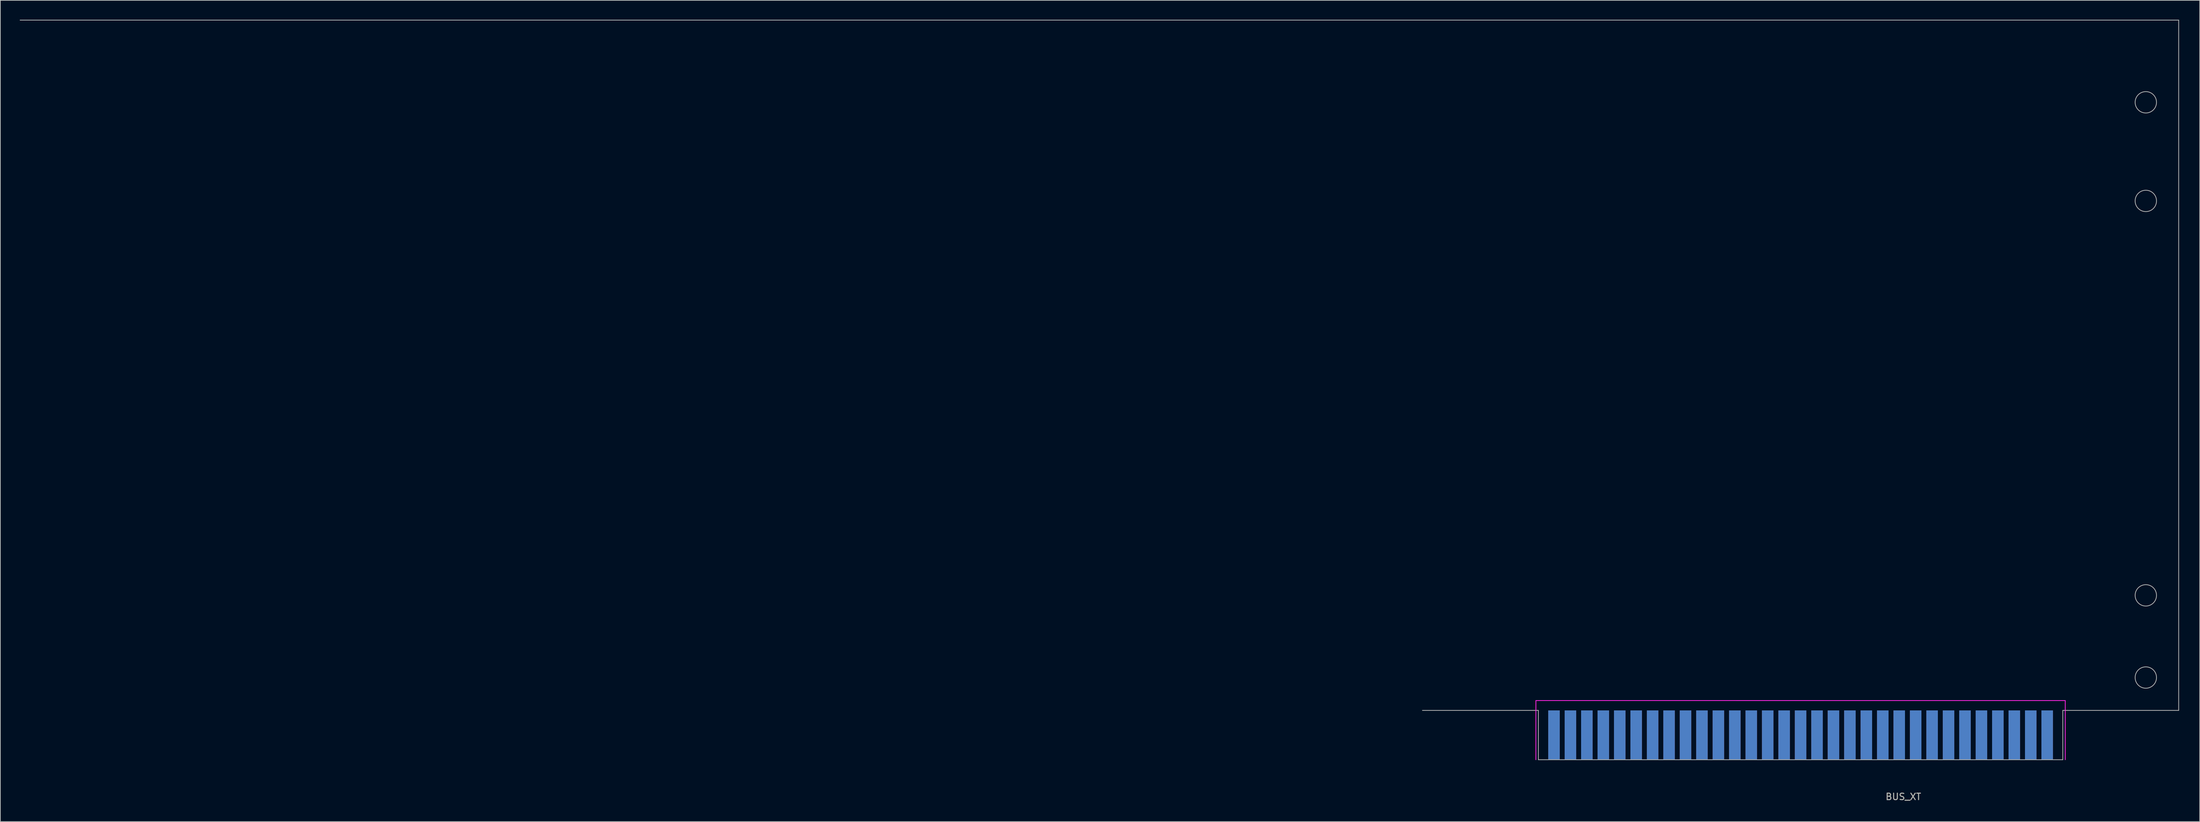
<source format=kicad_pcb>
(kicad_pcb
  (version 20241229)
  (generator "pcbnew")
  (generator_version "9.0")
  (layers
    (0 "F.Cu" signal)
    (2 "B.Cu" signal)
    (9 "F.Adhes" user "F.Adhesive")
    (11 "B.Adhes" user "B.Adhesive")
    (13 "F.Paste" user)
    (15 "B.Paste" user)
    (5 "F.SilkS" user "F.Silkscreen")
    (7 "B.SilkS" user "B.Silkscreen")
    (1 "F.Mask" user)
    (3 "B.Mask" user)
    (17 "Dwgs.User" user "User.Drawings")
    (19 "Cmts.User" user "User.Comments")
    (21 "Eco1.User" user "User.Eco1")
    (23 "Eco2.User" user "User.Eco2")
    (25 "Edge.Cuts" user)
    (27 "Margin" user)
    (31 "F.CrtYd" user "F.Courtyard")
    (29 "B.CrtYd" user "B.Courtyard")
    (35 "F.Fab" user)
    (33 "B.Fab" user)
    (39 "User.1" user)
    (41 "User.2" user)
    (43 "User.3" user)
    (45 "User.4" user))
  (footprint "BUS_XT"
    (layer "F.Cu")
    (at 333.562 114.36)
    (property "Reference" "BUS_XT" (at -42.545 5.715 0) (layer "F.SilkS") (effects (font (size 1 1) (thickness 0.15))))
    (attr exclude_from_pos_files exclude_from_bom)
    (fp_line (start -99.314 -9.144) (end -99.314 0) (stroke (width 0.12) (type solid)) (layer "F.CrtYd"))
    (fp_line (start -99.314 -9.144) (end -17.53 -9.14) (stroke (width 0.12) (type solid)) (layer "F.CrtYd"))
    (fp_line (start -17.53 -9.14) (end -17.53 0) (stroke (width 0.12) (type solid)) (layer "F.CrtYd"))
    (fp_line (start -98.933 -7.62) (end -116.84 -7.62) (stroke (width 0.12) (type solid)) (layer "F.Fab"))
    (fp_line (start -98.933 0) (end -98.933 -7.62) (stroke (width 0.12) (type solid)) (layer "F.Fab"))
    (fp_line (start -17.907 -7.62) (end 0 -7.62) (stroke (width 0.12) (type solid)) (layer "F.Fab"))
    (fp_line (start -17.907 0) (end -98.933 0) (stroke (width 0.12) (type solid)) (layer "F.Fab"))
    (fp_line (start -17.907 0) (end -17.907 -7.62) (stroke (width 0.12) (type solid)) (layer "F.Fab"))
    (fp_line (start 0 -114.3) (end -333.502 -114.3) (stroke (width 0.12) (type solid)) (layer "F.Fab"))
    (fp_line (start 0 -7.62) (end 0 -114.3) (stroke (width 0.12) (type solid)) (layer "F.Fab"))
    (fp_circle (center -5.08 -101.6) (end -5.08 -99.949) (stroke (width 0.12) (type solid)) (fill no) (layer "F.Fab"))
    (fp_circle (center -5.08 -86.36) (end -5.08 -84.709) (stroke (width 0.12) (type solid)) (fill no) (layer "F.Fab"))
    (fp_circle (center -5.08 -25.4) (end -5.08 -23.749) (stroke (width 0.12) (type solid)) (fill no) (layer "F.Fab"))
    (fp_circle (center -5.08 -12.7) (end -5.08 -14.351) (stroke (width 0.12) (type solid)) (fill no) (layer "F.Fab"))
    (fp_text user "${REFERENCE}" (at -42.545 5.715 0) (layer "F.Fab") (effects (font (size 1 1) (thickness 0.15))))
    (pad "1" connect rect (at -20.32 -3.81) (size 1.78 7.62) (layers "F.Cu" "F.Mask"))
    (pad "2" connect rect (at -22.86 -3.81) (size 1.78 7.62) (layers "F.Cu" "F.Mask"))
    (pad "3" connect rect (at -25.4 -3.81) (size 1.78 7.62) (layers "F.Cu" "F.Mask"))
    (pad "4" connect rect (at -27.94 -3.81) (size 1.78 7.62) (layers "F.Cu" "F.Mask"))
    (pad "5" connect rect (at -30.48 -3.81) (size 1.78 7.62) (layers "F.Cu" "F.Mask"))
    (pad "6" connect rect (at -33.02 -3.81) (size 1.78 7.62) (layers "F.Cu" "F.Mask"))
    (pad "7" connect rect (at -35.56 -3.81) (size 1.78 7.62) (layers "F.Cu" "F.Mask"))
    (pad "8" connect rect (at -38.1 -3.81) (size 1.78 7.62) (layers "F.Cu" "F.Mask"))
    (pad "9" connect rect (at -40.64 -3.81) (size 1.78 7.62) (layers "F.Cu" "F.Mask"))
    (pad "10" connect rect (at -43.18 -3.81) (size 1.78 7.62) (layers "F.Cu" "F.Mask"))
    (pad "11" connect rect (at -45.72 -3.81) (size 1.78 7.62) (layers "F.Cu" "F.Mask"))
    (pad "12" connect rect (at -48.26 -3.81) (size 1.78 7.62) (layers "F.Cu" "F.Mask"))
    (pad "13" connect rect (at -50.8 -3.81) (size 1.78 7.62) (layers "F.Cu" "F.Mask"))
    (pad "14" connect rect (at -53.34 -3.81) (size 1.78 7.62) (layers "F.Cu" "F.Mask"))
    (pad "15" connect rect (at -55.88 -3.81) (size 1.78 7.62) (layers "F.Cu" "F.Mask"))
    (pad "16" connect rect (at -58.42 -3.81) (size 1.78 7.62) (layers "F.Cu" "F.Mask"))
    (pad "17" connect rect (at -60.96 -3.81) (size 1.78 7.62) (layers "F.Cu" "F.Mask"))
    (pad "18" connect rect (at -63.5 -3.81) (size 1.78 7.62) (layers "F.Cu" "F.Mask"))
    (pad "19" connect rect (at -66.04 -3.81) (size 1.78 7.62) (layers "F.Cu" "F.Mask"))
    (pad "20" connect rect (at -68.58 -3.81) (size 1.78 7.62) (layers "F.Cu" "F.Mask"))
    (pad "21" connect rect (at -71.12 -3.81) (size 1.78 7.62) (layers "F.Cu" "F.Mask"))
    (pad "22" connect rect (at -73.66 -3.81) (size 1.78 7.62) (layers "F.Cu" "F.Mask"))
    (pad "23" connect rect (at -76.2 -3.81) (size 1.78 7.62) (layers "F.Cu" "F.Mask"))
    (pad "24" connect rect (at -78.74 -3.81) (size 1.78 7.62) (layers "F.Cu" "F.Mask"))
    (pad "25" connect rect (at -81.28 -3.81) (size 1.78 7.62) (layers "F.Cu" "F.Mask"))
    (pad "26" connect rect (at -83.82 -3.81) (size 1.78 7.62) (layers "F.Cu" "F.Mask"))
    (pad "27" connect rect (at -86.36 -3.81) (size 1.78 7.62) (layers "F.Cu" "F.Mask"))
    (pad "28" connect rect (at -88.9 -3.81) (size 1.78 7.62) (layers "F.Cu" "F.Mask"))
    (pad "29" connect rect (at -91.44 -3.81) (size 1.78 7.62) (layers "F.Cu" "F.Mask"))
    (pad "30" connect rect (at -93.98 -3.81) (size 1.78 7.62) (layers "F.Cu" "F.Mask"))
    (pad "31" connect rect (at -96.52 -3.81) (size 1.78 7.62) (layers "F.Cu" "F.Mask"))
    (pad "32" connect rect (at -20.32 -3.81) (size 1.78 7.62) (layers "B.Cu" "B.Mask"))
    (pad "33" connect rect (at -22.86 -3.81) (size 1.78 7.62) (layers "B.Cu" "B.Mask"))
    (pad "34" connect rect (at -25.4 -3.81) (size 1.78 7.62) (layers "B.Cu" "B.Mask"))
    (pad "35" connect rect (at -27.94 -3.81) (size 1.78 7.62) (layers "B.Cu" "B.Mask"))
    (pad "36" connect rect (at -30.48 -3.81) (size 1.78 7.62) (layers "B.Cu" "B.Mask"))
    (pad "37" connect rect (at -33.02 -3.81) (size 1.78 7.62) (layers "B.Cu" "B.Mask"))
    (pad "38" connect rect (at -35.56 -3.81) (size 1.78 7.62) (layers "B.Cu" "B.Mask"))
    (pad "39" connect rect (at -38.1 -3.81) (size 1.78 7.62) (layers "B.Cu" "B.Mask"))
    (pad "40" connect rect (at -40.64 -3.81) (size 1.78 7.62) (layers "B.Cu" "B.Mask"))
    (pad "41" connect rect (at -43.18 -3.81) (size 1.78 7.62) (layers "B.Cu" "B.Mask"))
    (pad "42" connect rect (at -45.72 -3.81) (size 1.78 7.62) (layers "B.Cu" "B.Mask"))
    (pad "43" connect rect (at -48.26 -3.81) (size 1.78 7.62) (layers "B.Cu" "B.Mask"))
    (pad "44" connect rect (at -50.8 -3.81) (size 1.78 7.62) (layers "B.Cu" "B.Mask"))
    (pad "45" connect rect (at -53.34 -3.81) (size 1.78 7.62) (layers "B.Cu" "B.Mask"))
    (pad "46" connect rect (at -55.88 -3.81) (size 1.78 7.62) (layers "B.Cu" "B.Mask"))
    (pad "47" connect rect (at -58.42 -3.81) (size 1.78 7.62) (layers "B.Cu" "B.Mask"))
    (pad "48" connect rect (at -60.96 -3.81) (size 1.78 7.62) (layers "B.Cu" "B.Mask"))
    (pad "49" connect rect (at -63.5 -3.81) (size 1.78 7.62) (layers "B.Cu" "B.Mask"))
    (pad "50" connect rect (at -66.04 -3.81) (size 1.78 7.62) (layers "B.Cu" "B.Mask"))
    (pad "51" connect rect (at -68.58 -3.81) (size 1.78 7.62) (layers "B.Cu" "B.Mask"))
    (pad "52" connect rect (at -71.12 -3.81) (size 1.78 7.62) (layers "B.Cu" "B.Mask"))
    (pad "53" connect rect (at -73.66 -3.81) (size 1.78 7.62) (layers "B.Cu" "B.Mask"))
    (pad "54" connect rect (at -76.2 -3.81) (size 1.78 7.62) (layers "B.Cu" "B.Mask"))
    (pad "55" connect rect (at -78.74 -3.81) (size 1.78 7.62) (layers "B.Cu" "B.Mask"))
    (pad "56" connect rect (at -81.28 -3.81) (size 1.78 7.62) (layers "B.Cu" "B.Mask"))
    (pad "57" connect rect (at -83.82 -3.81) (size 1.78 7.62) (layers "B.Cu" "B.Mask"))
    (pad "58" connect rect (at -86.36 -3.81) (size 1.78 7.62) (layers "B.Cu" "B.Mask"))
    (pad "59" connect rect (at -88.9 -3.81) (size 1.78 7.62) (layers "B.Cu" "B.Mask"))
    (pad "60" connect rect (at -91.44 -3.81) (size 1.78 7.62) (layers "B.Cu" "B.Mask"))
    (pad "61" connect rect (at -93.98 -3.81) (size 1.78 7.62) (layers "B.Cu" "B.Mask"))
    (pad "62" connect rect (at -96.52 -3.81) (size 1.78 7.62) (layers "B.Cu" "B.Mask")))
  (gr_rect
    (start -3 -3)
    (end 336.812 123.923)
    (stroke (width 0.1) (type default))
    (fill no)
    (layer "Edge.Cuts")))
</source>
